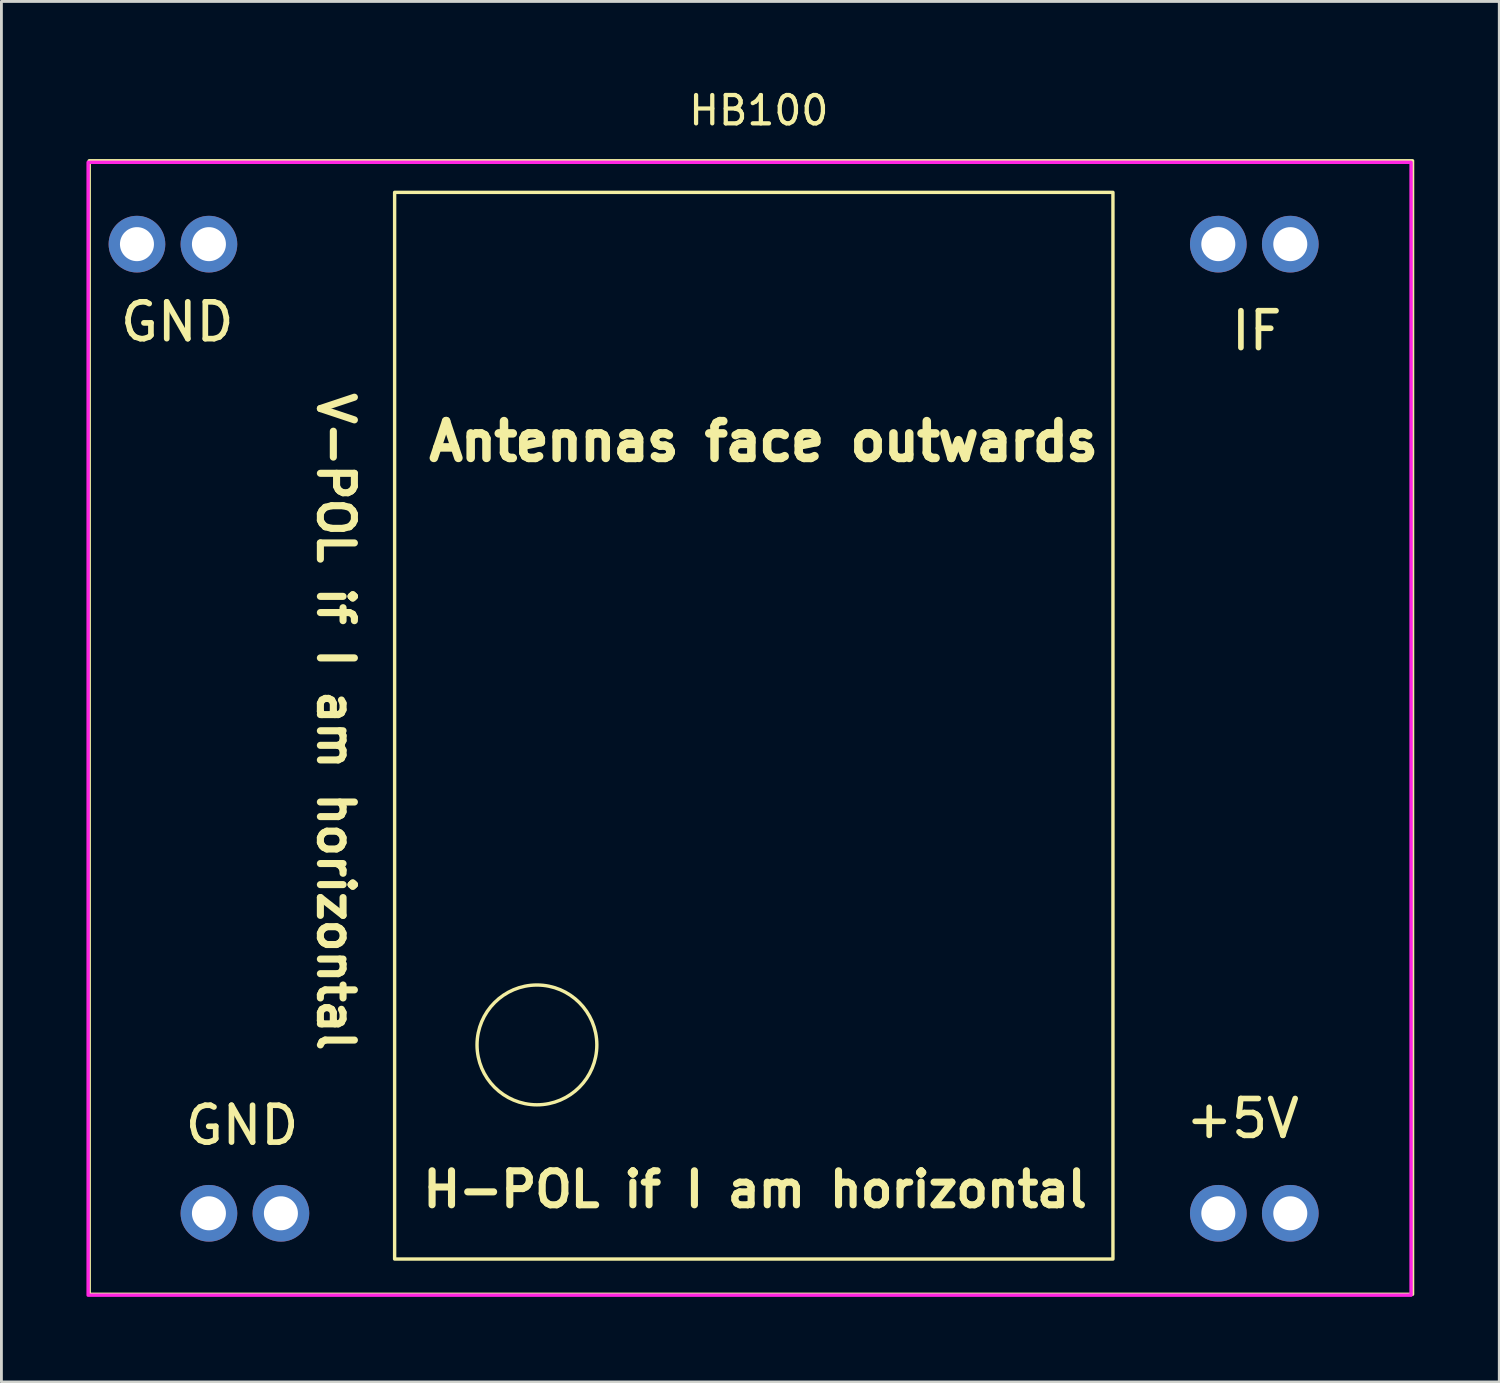
<source format=kicad_pcb>
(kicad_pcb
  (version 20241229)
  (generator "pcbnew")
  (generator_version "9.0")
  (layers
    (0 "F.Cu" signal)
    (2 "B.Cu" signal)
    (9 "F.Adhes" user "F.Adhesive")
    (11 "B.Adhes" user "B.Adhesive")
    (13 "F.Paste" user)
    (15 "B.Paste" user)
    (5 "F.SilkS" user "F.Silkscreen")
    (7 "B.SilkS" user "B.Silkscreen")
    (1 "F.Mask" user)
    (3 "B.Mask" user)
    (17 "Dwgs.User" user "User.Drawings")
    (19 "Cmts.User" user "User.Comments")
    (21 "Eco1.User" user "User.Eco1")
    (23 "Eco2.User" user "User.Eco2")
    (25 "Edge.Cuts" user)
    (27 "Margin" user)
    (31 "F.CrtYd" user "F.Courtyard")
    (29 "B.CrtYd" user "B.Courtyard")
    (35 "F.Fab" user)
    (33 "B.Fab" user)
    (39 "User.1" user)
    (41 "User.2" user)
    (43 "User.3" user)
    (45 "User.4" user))
  (footprint "HB100"
    (layer "F.Cu")
    (at 21.798 21.924)
    (property "Reference" "HB100" (at 1.93 -21.076 0) (unlocked yes) (layer "F.SilkS") (effects (font (size 1 1) (thickness 0.15))))
    (attr through_hole)
    (fp_rect (start -21.7 -19.3) (end 25 20.7) (stroke (width 0.12) (type solid)) (fill no) (layer "F.SilkS"))
    (fp_rect (start -10.922 -18.186) (end 14.427 19.456) (stroke (width 0.12) (type solid)) (fill no) (layer "F.SilkS"))
    (fp_circle (center -5.9 11.9) (end -7.627 10.681) (stroke (width 0.12) (type solid)) (fill no) (layer "F.SilkS"))
    (fp_rect (start -21.738 -19.247) (end 24.947 20.732) (stroke (width 0.12) (type solid)) (fill no) (layer "F.CrtYd"))
    (fp_text user "GND" (at -18.593 -13.614 0) (unlocked yes) (layer "F.SilkS") (effects (font (size 1.3 1.3) (thickness 0.2))))
    (fp_text user "IF" (at 19.5 -13.3 0) (unlocked yes) (layer "F.SilkS") (effects (font (size 1.3 1.3) (thickness 0.2))))
    (fp_text user "+5V" (at 19 14.5 0) (unlocked yes) (layer "F.SilkS") (effects (font (size 1.3 1.3) (thickness 0.2))))
    (fp_text user "V-POL if I am horizontal" (at -13 0.5 270) (unlocked yes) (layer "F.SilkS") (effects (font (size 1.2 1.2) (thickness 0.25))))
    (fp_text user "Antennas face outwards" (at 2.1 -9.4 0) (unlocked yes) (layer "F.SilkS") (effects (font (size 1.3 1.3) (thickness 0.3))))
    (fp_text user "GND" (at -16.307 14.738 0) (unlocked yes) (layer "F.SilkS") (effects (font (size 1.3 1.3) (thickness 0.2))))
    (fp_text user "H-POL if I am horizontal" (at 1.8 17 0) (unlocked yes) (layer "F.SilkS") (effects (font (size 1.2 1.2) (thickness 0.25))))
    (pad "1" thru_hole circle (at -20.015 -16.358) (size 2 2) (drill 1.2) (layers "*.Cu" "*.Mask"))
    (pad "1" thru_hole circle (at -17.475 -16.358) (size 2 2) (drill 1.2) (layers "*.Cu" "*.Mask"))
    (pad "1" thru_hole circle (at -17.475 17.842) (size 2 2) (drill 1.2) (layers "*.Cu" "*.Mask"))
    (pad "1" thru_hole circle (at -14.935 17.842) (size 2 2) (drill 1.2) (layers "*.Cu" "*.Mask"))
    (pad "2" thru_hole circle (at 18.145 -16.358) (size 2 2) (drill 1.2) (layers "*.Cu" "*.Mask"))
    (pad "2" thru_hole circle (at 20.685 -16.358) (size 2 2) (drill 1.2) (layers "*.Cu" "*.Mask"))
    (pad "4" thru_hole circle (at 18.145 17.842) (size 2 2) (drill 1.2) (layers "*.Cu" "*.Mask"))
    (pad "4" thru_hole circle (at 20.685 17.842) (size 2 2) (drill 1.2) (layers "*.Cu" "*.Mask")))
  (gr_rect
    (start -3 -3)
    (end 49.858 45.717)
    (stroke (width 0.1) (type default))
    (fill no)
    (layer "Edge.Cuts")))
</source>
